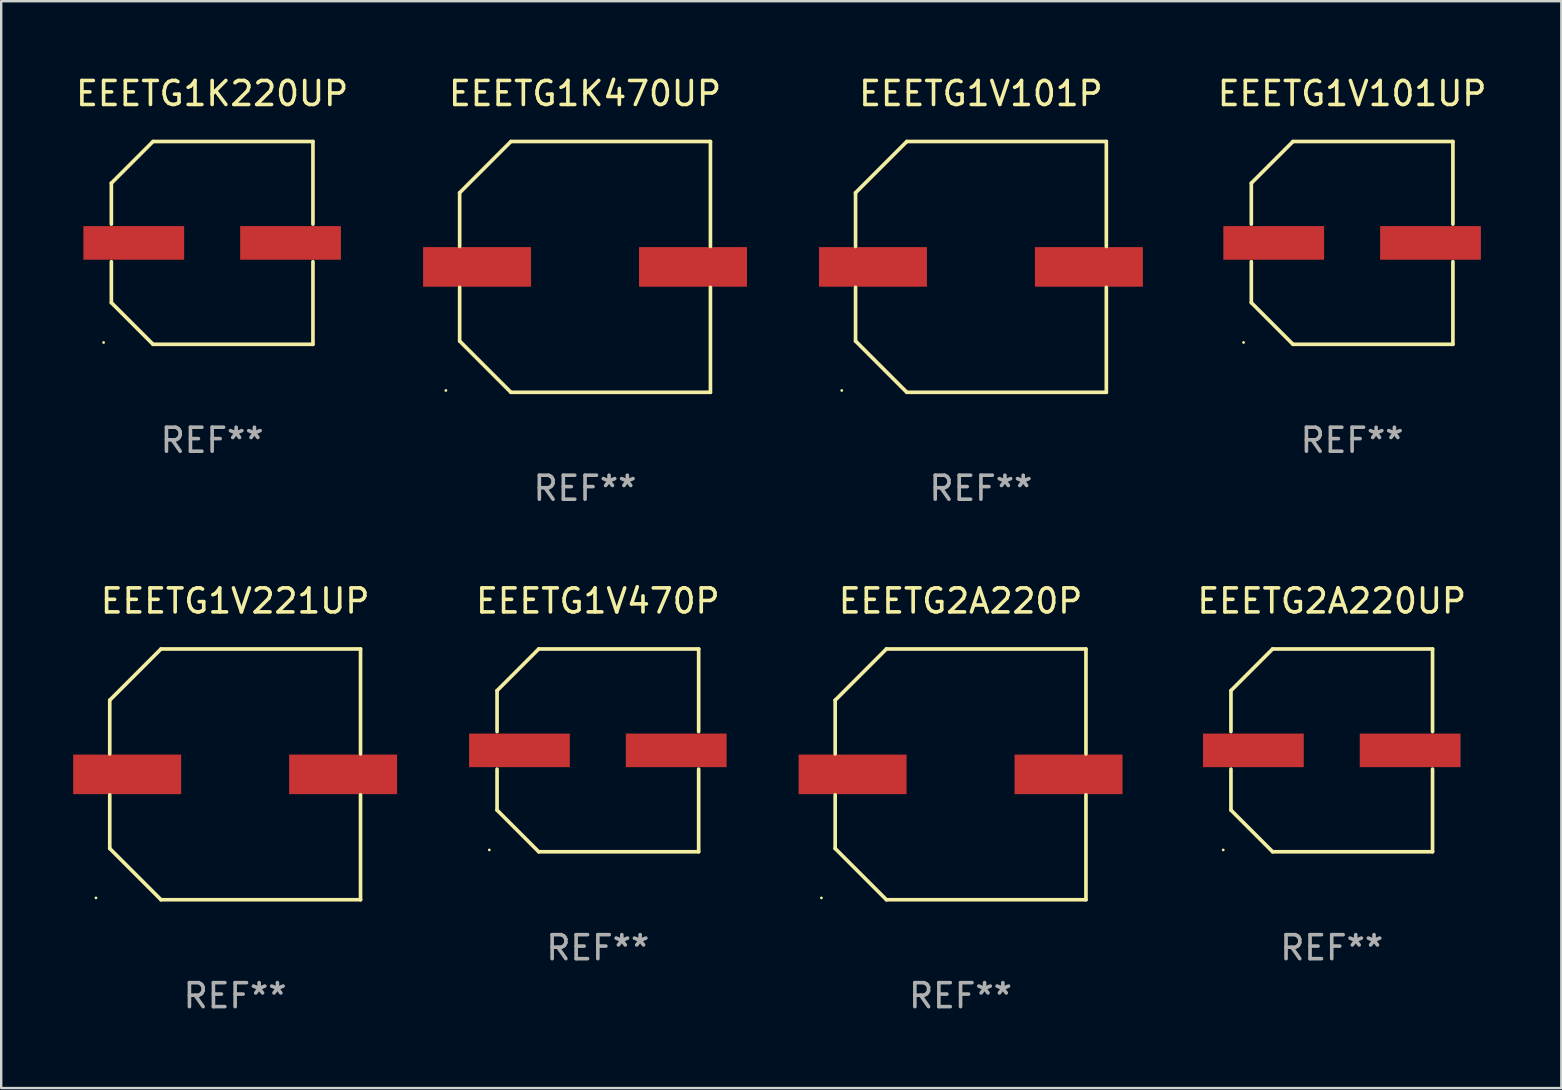
<source format=kicad_pcb>
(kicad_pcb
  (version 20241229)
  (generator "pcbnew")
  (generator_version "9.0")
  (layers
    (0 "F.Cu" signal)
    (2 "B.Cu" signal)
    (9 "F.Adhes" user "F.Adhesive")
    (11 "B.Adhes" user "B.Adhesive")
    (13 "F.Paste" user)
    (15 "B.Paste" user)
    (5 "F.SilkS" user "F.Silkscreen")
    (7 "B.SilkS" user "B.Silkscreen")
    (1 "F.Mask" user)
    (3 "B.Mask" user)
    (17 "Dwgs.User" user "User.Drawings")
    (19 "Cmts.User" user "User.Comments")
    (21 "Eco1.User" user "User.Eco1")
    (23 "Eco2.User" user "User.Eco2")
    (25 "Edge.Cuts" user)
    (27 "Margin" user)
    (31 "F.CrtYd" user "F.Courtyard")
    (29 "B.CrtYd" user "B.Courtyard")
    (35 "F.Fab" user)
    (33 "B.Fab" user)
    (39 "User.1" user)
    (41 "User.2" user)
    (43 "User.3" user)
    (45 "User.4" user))
  (footprint "EEETG2A220UP"
    (layer "F.Cu")
    (at 52.454 28.223)
    (property "Reference" "EEETG2A220UP" (at 0 -6.226 0) (layer "F.SilkS") (effects (font (size 1 1) (thickness 0.15))))
    (attr through_hole)
    (fp_line (start -4.201 -2.49) (end -4.201 -0.782) (stroke (width 0.152) (type solid)) (layer "F.SilkS"))
    (fp_line (start -4.201 2.49) (end -4.201 0.782) (stroke (width 0.152) (type solid)) (layer "F.SilkS"))
    (fp_line (start -2.465 -4.226) (end -4.201 -2.49) (stroke (width 0.152) (type solid)) (layer "F.SilkS"))
    (fp_line (start -2.465 4.226) (end -4.201 2.49) (stroke (width 0.152) (type solid)) (layer "F.SilkS"))
    (fp_line (start 4.201 -4.226) (end -2.465 -4.226) (stroke (width 0.152) (type solid)) (layer "F.SilkS"))
    (fp_line (start 4.201 -0.782) (end 4.201 -4.226) (stroke (width 0.152) (type solid)) (layer "F.SilkS"))
    (fp_line (start 4.201 0.782) (end 4.201 4.226) (stroke (width 0.152) (type solid)) (layer "F.SilkS"))
    (fp_line (start 4.201 4.226) (end -2.465 4.226) (stroke (width 0.152) (type solid)) (layer "F.SilkS"))
    (fp_circle (center -4.524 4.15) (end -4.494 4.15) (stroke (width 0.06) (type solid)) (fill no) (layer "F.SilkS"))
    (fp_text user "REF**" (at 0 8.226 0) (layer "F.Fab") (effects (font (size 1 1) (thickness 0.15))))
    (pad "1" smd rect (at -3.267 0) (size 4.2 1.4) (layers "F.Cu" "F.Mask" "F.Paste"))
    (pad "2" smd rect (at 3.267 0) (size 4.2 1.4) (layers "F.Cu" "F.Mask" "F.Paste")))
  (footprint "EEETG1V101UP"
    (layer "F.Cu")
    (at 53.303 7.074)
    (property "Reference" "EEETG1V101UP" (at 0 -6.226 0) (layer "F.SilkS") (effects (font (size 1 1) (thickness 0.15))))
    (attr through_hole)
    (fp_line (start -4.201 -2.49) (end -4.201 -0.782) (stroke (width 0.152) (type solid)) (layer "F.SilkS"))
    (fp_line (start -4.201 2.49) (end -4.201 0.782) (stroke (width 0.152) (type solid)) (layer "F.SilkS"))
    (fp_line (start -2.465 -4.226) (end -4.201 -2.49) (stroke (width 0.152) (type solid)) (layer "F.SilkS"))
    (fp_line (start -2.465 4.226) (end -4.201 2.49) (stroke (width 0.152) (type solid)) (layer "F.SilkS"))
    (fp_line (start 4.201 -4.226) (end -2.465 -4.226) (stroke (width 0.152) (type solid)) (layer "F.SilkS"))
    (fp_line (start 4.201 -0.782) (end 4.201 -4.226) (stroke (width 0.152) (type solid)) (layer "F.SilkS"))
    (fp_line (start 4.201 0.782) (end 4.201 4.226) (stroke (width 0.152) (type solid)) (layer "F.SilkS"))
    (fp_line (start 4.201 4.226) (end -2.465 4.226) (stroke (width 0.152) (type solid)) (layer "F.SilkS"))
    (fp_circle (center -4.524 4.15) (end -4.494 4.15) (stroke (width 0.06) (type solid)) (fill no) (layer "F.SilkS"))
    (fp_text user "REF**" (at 0 8.226 0) (layer "F.Fab") (effects (font (size 1 1) (thickness 0.15))))
    (pad "1" smd rect (at -3.267 0) (size 4.2 1.4) (layers "F.Cu" "F.Mask" "F.Paste"))
    (pad "2" smd rect (at 3.267 0) (size 4.2 1.4) (layers "F.Cu" "F.Mask" "F.Paste")))
  (footprint "EEETG2A220P"
    (layer "F.Cu")
    (at 36.984 29.223)
    (property "Reference" "EEETG2A220P" (at 0 -7.226 0) (layer "F.SilkS") (effects (font (size 1 1) (thickness 0.15))))
    (attr through_hole)
    (fp_line (start -5.226 -3.09) (end -5.226 -0.852) (stroke (width 0.152) (type solid)) (layer "F.SilkS"))
    (fp_line (start -5.226 3.09) (end -5.226 0.852) (stroke (width 0.152) (type solid)) (layer "F.SilkS"))
    (fp_line (start -3.09 -5.226) (end -5.226 -3.09) (stroke (width 0.152) (type solid)) (layer "F.SilkS"))
    (fp_line (start -3.09 5.226) (end -5.226 3.09) (stroke (width 0.152) (type solid)) (layer "F.SilkS"))
    (fp_line (start 5.226 -5.226) (end -3.09 -5.226) (stroke (width 0.152) (type solid)) (layer "F.SilkS"))
    (fp_line (start 5.226 -0.852) (end 5.226 -5.226) (stroke (width 0.152) (type solid)) (layer "F.SilkS"))
    (fp_line (start 5.226 0.852) (end 5.226 5.226) (stroke (width 0.152) (type solid)) (layer "F.SilkS"))
    (fp_line (start 5.226 5.226) (end -3.09 5.226) (stroke (width 0.152) (type solid)) (layer "F.SilkS"))
    (fp_circle (center -5.8 5.15) (end -5.77 5.15) (stroke (width 0.06) (type solid)) (fill no) (layer "F.SilkS"))
    (fp_text user "REF**" (at 0 9.226 0) (layer "F.Fab") (effects (font (size 1 1) (thickness 0.15))))
    (pad "1" smd rect (at -4.5 0) (size 4.5 1.65) (layers "F.Cu" "F.Mask" "F.Paste"))
    (pad "2" smd rect (at 4.5 0) (size 4.5 1.65) (layers "F.Cu" "F.Mask" "F.Paste")))
  (footprint "EEETG1V221UP"
    (layer "F.Cu")
    (at 6.75 29.223)
    (property "Reference" "EEETG1V221UP" (at 0 -7.226 0) (layer "F.SilkS") (effects (font (size 1 1) (thickness 0.15))))
    (attr through_hole)
    (fp_line (start -5.226 -3.09) (end -5.226 -0.852) (stroke (width 0.152) (type solid)) (layer "F.SilkS"))
    (fp_line (start -5.226 3.09) (end -5.226 0.852) (stroke (width 0.152) (type solid)) (layer "F.SilkS"))
    (fp_line (start -3.09 -5.226) (end -5.226 -3.09) (stroke (width 0.152) (type solid)) (layer "F.SilkS"))
    (fp_line (start -3.09 5.226) (end -5.226 3.09) (stroke (width 0.152) (type solid)) (layer "F.SilkS"))
    (fp_line (start 5.226 -5.226) (end -3.09 -5.226) (stroke (width 0.152) (type solid)) (layer "F.SilkS"))
    (fp_line (start 5.226 -0.852) (end 5.226 -5.226) (stroke (width 0.152) (type solid)) (layer "F.SilkS"))
    (fp_line (start 5.226 0.852) (end 5.226 5.226) (stroke (width 0.152) (type solid)) (layer "F.SilkS"))
    (fp_line (start 5.226 5.226) (end -3.09 5.226) (stroke (width 0.152) (type solid)) (layer "F.SilkS"))
    (fp_circle (center -5.8 5.15) (end -5.77 5.15) (stroke (width 0.06) (type solid)) (fill no) (layer "F.SilkS"))
    (fp_text user "REF**" (at 0 9.226 0) (layer "F.Fab") (effects (font (size 1 1) (thickness 0.15))))
    (pad "1" smd rect (at -4.5 0) (size 4.5 1.65) (layers "F.Cu" "F.Mask" "F.Paste"))
    (pad "2" smd rect (at 4.5 0) (size 4.5 1.65) (layers "F.Cu" "F.Mask" "F.Paste")))
  (footprint "EEETG1V101P"
    (layer "F.Cu")
    (at 37.833 8.074)
    (property "Reference" "EEETG1V101P" (at 0 -7.226 0) (layer "F.SilkS") (effects (font (size 1 1) (thickness 0.15))))
    (attr through_hole)
    (fp_line (start -5.226 -3.09) (end -5.226 -0.852) (stroke (width 0.152) (type solid)) (layer "F.SilkS"))
    (fp_line (start -5.226 3.09) (end -5.226 0.852) (stroke (width 0.152) (type solid)) (layer "F.SilkS"))
    (fp_line (start -3.09 -5.226) (end -5.226 -3.09) (stroke (width 0.152) (type solid)) (layer "F.SilkS"))
    (fp_line (start -3.09 5.226) (end -5.226 3.09) (stroke (width 0.152) (type solid)) (layer "F.SilkS"))
    (fp_line (start 5.226 -5.226) (end -3.09 -5.226) (stroke (width 0.152) (type solid)) (layer "F.SilkS"))
    (fp_line (start 5.226 -0.852) (end 5.226 -5.226) (stroke (width 0.152) (type solid)) (layer "F.SilkS"))
    (fp_line (start 5.226 0.852) (end 5.226 5.226) (stroke (width 0.152) (type solid)) (layer "F.SilkS"))
    (fp_line (start 5.226 5.226) (end -3.09 5.226) (stroke (width 0.152) (type solid)) (layer "F.SilkS"))
    (fp_circle (center -5.8 5.15) (end -5.77 5.15) (stroke (width 0.06) (type solid)) (fill no) (layer "F.SilkS"))
    (fp_text user "REF**" (at 0 9.226 0) (layer "F.Fab") (effects (font (size 1 1) (thickness 0.15))))
    (pad "1" smd rect (at -4.5 0) (size 4.5 1.65) (layers "F.Cu" "F.Mask" "F.Paste"))
    (pad "2" smd rect (at 4.5 0) (size 4.5 1.65) (layers "F.Cu" "F.Mask" "F.Paste")))
  (footprint "EEETG1V470P"
    (layer "F.Cu")
    (at 21.867 28.223)
    (property "Reference" "EEETG1V470P" (at 0 -6.226 0) (layer "F.SilkS") (effects (font (size 1 1) (thickness 0.15))))
    (attr through_hole)
    (fp_line (start -4.201 -2.49) (end -4.201 -0.782) (stroke (width 0.152) (type solid)) (layer "F.SilkS"))
    (fp_line (start -4.201 2.49) (end -4.201 0.782) (stroke (width 0.152) (type solid)) (layer "F.SilkS"))
    (fp_line (start -2.465 -4.226) (end -4.201 -2.49) (stroke (width 0.152) (type solid)) (layer "F.SilkS"))
    (fp_line (start -2.465 4.226) (end -4.201 2.49) (stroke (width 0.152) (type solid)) (layer "F.SilkS"))
    (fp_line (start 4.201 -4.226) (end -2.465 -4.226) (stroke (width 0.152) (type solid)) (layer "F.SilkS"))
    (fp_line (start 4.201 -0.782) (end 4.201 -4.226) (stroke (width 0.152) (type solid)) (layer "F.SilkS"))
    (fp_line (start 4.201 0.782) (end 4.201 4.226) (stroke (width 0.152) (type solid)) (layer "F.SilkS"))
    (fp_line (start 4.201 4.226) (end -2.465 4.226) (stroke (width 0.152) (type solid)) (layer "F.SilkS"))
    (fp_circle (center -4.524 4.15) (end -4.494 4.15) (stroke (width 0.06) (type solid)) (fill no) (layer "F.SilkS"))
    (fp_text user "REF**" (at 0 8.226 0) (layer "F.Fab") (effects (font (size 1 1) (thickness 0.15))))
    (pad "1" smd rect (at -3.267 0) (size 4.2 1.4) (layers "F.Cu" "F.Mask" "F.Paste"))
    (pad "2" smd rect (at 3.267 0) (size 4.2 1.4) (layers "F.Cu" "F.Mask" "F.Paste")))
  (footprint "EEETG1K220UP"
    (layer "F.Cu")
    (at 5.792 7.074)
    (property "Reference" "EEETG1K220UP" (at 0 -6.226 0) (layer "F.SilkS") (effects (font (size 1 1) (thickness 0.15))))
    (attr through_hole)
    (fp_line (start -4.201 -2.49) (end -4.201 -0.782) (stroke (width 0.152) (type solid)) (layer "F.SilkS"))
    (fp_line (start -4.201 2.49) (end -4.201 0.782) (stroke (width 0.152) (type solid)) (layer "F.SilkS"))
    (fp_line (start -2.465 -4.226) (end -4.201 -2.49) (stroke (width 0.152) (type solid)) (layer "F.SilkS"))
    (fp_line (start -2.465 4.226) (end -4.201 2.49) (stroke (width 0.152) (type solid)) (layer "F.SilkS"))
    (fp_line (start 4.201 -4.226) (end -2.465 -4.226) (stroke (width 0.152) (type solid)) (layer "F.SilkS"))
    (fp_line (start 4.201 -0.782) (end 4.201 -4.226) (stroke (width 0.152) (type solid)) (layer "F.SilkS"))
    (fp_line (start 4.201 0.782) (end 4.201 4.226) (stroke (width 0.152) (type solid)) (layer "F.SilkS"))
    (fp_line (start 4.201 4.226) (end -2.465 4.226) (stroke (width 0.152) (type solid)) (layer "F.SilkS"))
    (fp_circle (center -4.524 4.15) (end -4.494 4.15) (stroke (width 0.06) (type solid)) (fill no) (layer "F.SilkS"))
    (fp_text user "REF**" (at 0 8.226 0) (layer "F.Fab") (effects (font (size 1 1) (thickness 0.15))))
    (pad "1" smd rect (at -3.267 0) (size 4.2 1.4) (layers "F.Cu" "F.Mask" "F.Paste"))
    (pad "2" smd rect (at 3.267 0) (size 4.2 1.4) (layers "F.Cu" "F.Mask" "F.Paste")))
  (footprint "EEETG1K470UP"
    (layer "F.Cu")
    (at 21.333 8.074)
    (property "Reference" "EEETG1K470UP" (at 0 -7.226 0) (layer "F.SilkS") (effects (font (size 1 1) (thickness 0.15))))
    (attr through_hole)
    (fp_line (start -5.226 -3.09) (end -5.226 -0.852) (stroke (width 0.152) (type solid)) (layer "F.SilkS"))
    (fp_line (start -5.226 3.09) (end -5.226 0.852) (stroke (width 0.152) (type solid)) (layer "F.SilkS"))
    (fp_line (start -3.09 -5.226) (end -5.226 -3.09) (stroke (width 0.152) (type solid)) (layer "F.SilkS"))
    (fp_line (start -3.09 5.226) (end -5.226 3.09) (stroke (width 0.152) (type solid)) (layer "F.SilkS"))
    (fp_line (start 5.226 -5.226) (end -3.09 -5.226) (stroke (width 0.152) (type solid)) (layer "F.SilkS"))
    (fp_line (start 5.226 -0.852) (end 5.226 -5.226) (stroke (width 0.152) (type solid)) (layer "F.SilkS"))
    (fp_line (start 5.226 0.852) (end 5.226 5.226) (stroke (width 0.152) (type solid)) (layer "F.SilkS"))
    (fp_line (start 5.226 5.226) (end -3.09 5.226) (stroke (width 0.152) (type solid)) (layer "F.SilkS"))
    (fp_circle (center -5.8 5.15) (end -5.77 5.15) (stroke (width 0.06) (type solid)) (fill no) (layer "F.SilkS"))
    (fp_text user "REF**" (at 0 9.226 0) (layer "F.Fab") (effects (font (size 1 1) (thickness 0.15))))
    (pad "1" smd rect (at -4.5 0) (size 4.5 1.65) (layers "F.Cu" "F.Mask" "F.Paste"))
    (pad "2" smd rect (at 4.5 0) (size 4.5 1.65) (layers "F.Cu" "F.Mask" "F.Paste")))
  (gr_rect
    (start -3 -3)
    (end 62.023 42.298)
    (stroke (width 0.1) (type default))
    (fill no)
    (layer "Edge.Cuts")))
</source>
